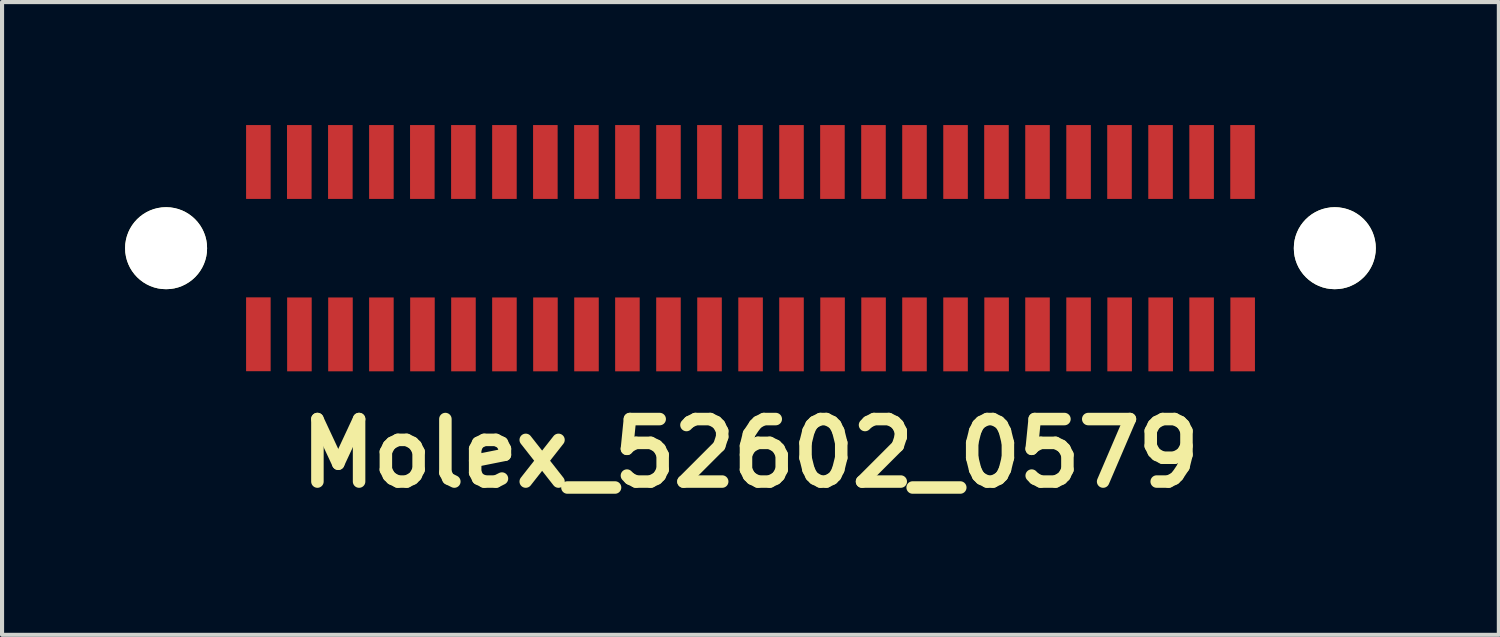
<source format=kicad_pcb>
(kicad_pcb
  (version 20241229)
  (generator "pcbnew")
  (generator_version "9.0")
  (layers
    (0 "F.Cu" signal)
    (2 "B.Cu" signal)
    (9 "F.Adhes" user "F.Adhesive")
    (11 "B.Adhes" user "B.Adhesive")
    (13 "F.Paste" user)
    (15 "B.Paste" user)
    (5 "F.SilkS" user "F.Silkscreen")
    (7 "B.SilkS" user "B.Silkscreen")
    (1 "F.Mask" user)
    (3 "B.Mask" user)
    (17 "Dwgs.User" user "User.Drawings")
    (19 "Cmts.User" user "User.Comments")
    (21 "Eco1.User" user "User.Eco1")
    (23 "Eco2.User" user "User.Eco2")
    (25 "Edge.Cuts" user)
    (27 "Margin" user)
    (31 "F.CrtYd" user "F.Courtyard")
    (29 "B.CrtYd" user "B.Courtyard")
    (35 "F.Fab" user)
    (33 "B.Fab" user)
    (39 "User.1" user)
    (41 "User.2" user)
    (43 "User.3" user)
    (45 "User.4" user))
  (footprint "Molex_52602_0579"
    (layer "F.Cu")
    (at 15.249 3.002)
    (property "Reference" "Molex_52602_0579" (at 0 5.001 0) (layer "F.SilkS") (effects (font (size 1.524 1.524) (thickness 0.305))))
    (attr through_hole)
    (pad "" np_thru_hole circle (at -14.249 0) (size 1.999 1.999) (drill 1.999) (layers "*.Cu" "*.Mask" "F.SilkS"))
    (pad "" np_thru_hole circle (at 14.249 0) (size 1.999 1.999) (drill 1.999) (layers "*.Cu" "*.Mask" "F.SilkS"))
    (pad "A1" smd rect (at -11.999 2.099) (size 0.599 1.801) (layers "F.Cu" "F.Mask" "F.Paste"))
    (pad "A2" smd rect (at -10.998 2.102) (size 0.599 1.801) (layers "F.Cu" "F.Mask" "F.Paste"))
    (pad "A3" smd rect (at -9.997 2.102) (size 0.599 1.801) (layers "F.Cu" "F.Mask" "F.Paste"))
    (pad "A4" smd rect (at -8.999 2.102) (size 0.599 1.801) (layers "F.Cu" "F.Mask" "F.Paste"))
    (pad "A5" smd rect (at -7.998 2.102) (size 0.599 1.801) (layers "F.Cu" "F.Mask" "F.Paste"))
    (pad "A6" smd rect (at -6.998 2.102) (size 0.599 1.801) (layers "F.Cu" "F.Mask" "F.Paste"))
    (pad "A7" smd rect (at -5.999 2.102) (size 0.599 1.801) (layers "F.Cu" "F.Mask" "F.Paste"))
    (pad "A8" smd rect (at -4.999 2.102) (size 0.599 1.801) (layers "F.Cu" "F.Mask" "F.Paste"))
    (pad "A9" smd rect (at -3.998 2.102) (size 0.599 1.801) (layers "F.Cu" "F.Mask" "F.Paste"))
    (pad "A10" smd rect (at -3 2.102) (size 0.599 1.801) (layers "F.Cu" "F.Mask" "F.Paste"))
    (pad "A11" smd rect (at -1.999 2.102) (size 0.599 1.801) (layers "F.Cu" "F.Mask" "F.Paste"))
    (pad "A12" smd rect (at -0.998 2.102) (size 0.599 1.801) (layers "F.Cu" "F.Mask" "F.Paste"))
    (pad "A13" smd rect (at 0.003 2.102) (size 0.599 1.801) (layers "F.Cu" "F.Mask" "F.Paste"))
    (pad "A14" smd rect (at 1.001 2.102) (size 0.599 1.801) (layers "F.Cu" "F.Mask" "F.Paste"))
    (pad "A15" smd rect (at 2.002 2.102) (size 0.599 1.801) (layers "F.Cu" "F.Mask" "F.Paste"))
    (pad "A16" smd rect (at 3.002 2.102) (size 0.599 1.801) (layers "F.Cu" "F.Mask" "F.Paste"))
    (pad "A17" smd rect (at 4 2.102) (size 0.599 1.801) (layers "F.Cu" "F.Mask" "F.Paste"))
    (pad "A18" smd rect (at 5.001 2.102) (size 0.599 1.801) (layers "F.Cu" "F.Mask" "F.Paste"))
    (pad "A19" smd rect (at 6.002 2.102) (size 0.599 1.801) (layers "F.Cu" "F.Mask" "F.Paste"))
    (pad "A20" smd rect (at 7 2.102) (size 0.599 1.801) (layers "F.Cu" "F.Mask" "F.Paste"))
    (pad "A21" smd rect (at 8.001 2.102) (size 0.599 1.801) (layers "F.Cu" "F.Mask" "F.Paste"))
    (pad "A22" smd rect (at 9.002 2.102) (size 0.599 1.801) (layers "F.Cu" "F.Mask" "F.Paste"))
    (pad "A23" smd rect (at 10.003 2.102) (size 0.599 1.801) (layers "F.Cu" "F.Mask" "F.Paste"))
    (pad "A24" smd rect (at 11.001 2.102) (size 0.599 1.801) (layers "F.Cu" "F.Mask" "F.Paste"))
    (pad "A25" smd rect (at 12.002 2.102) (size 0.599 1.801) (layers "F.Cu" "F.Mask" "F.Paste"))
    (pad "B1" smd rect (at -11.999 -2.102) (size 0.599 1.801) (layers "F.Cu" "F.Mask" "F.Paste"))
    (pad "B2" smd rect (at -11.001 -2.102) (size 0.599 1.801) (layers "F.Cu" "F.Mask" "F.Paste"))
    (pad "B3" smd rect (at -10 -2.102) (size 0.599 1.801) (layers "F.Cu" "F.Mask" "F.Paste"))
    (pad "B4" smd rect (at -8.999 -2.102) (size 0.599 1.801) (layers "F.Cu" "F.Mask" "F.Paste"))
    (pad "B5" smd rect (at -8.001 -2.102) (size 0.599 1.801) (layers "F.Cu" "F.Mask" "F.Paste"))
    (pad "B6" smd rect (at -7 -2.102) (size 0.599 1.801) (layers "F.Cu" "F.Mask" "F.Paste"))
    (pad "B7" smd rect (at -5.999 -2.102) (size 0.599 1.801) (layers "F.Cu" "F.Mask" "F.Paste"))
    (pad "B8" smd rect (at -5.001 -2.102) (size 0.599 1.801) (layers "F.Cu" "F.Mask" "F.Paste"))
    (pad "B9" smd rect (at -4 -2.102) (size 0.599 1.801) (layers "F.Cu" "F.Mask" "F.Paste"))
    (pad "B10" smd rect (at -3 -2.102) (size 0.599 1.801) (layers "F.Cu" "F.Mask" "F.Paste"))
    (pad "B11" smd rect (at -1.999 -2.102) (size 0.599 1.801) (layers "F.Cu" "F.Mask" "F.Paste"))
    (pad "B12" smd rect (at -1.001 -2.102) (size 0.599 1.801) (layers "F.Cu" "F.Mask" "F.Paste"))
    (pad "B13" smd rect (at 0 -2.102) (size 0.599 1.801) (layers "F.Cu" "F.Mask" "F.Paste"))
    (pad "B14" smd rect (at 1.001 -2.102) (size 0.599 1.801) (layers "F.Cu" "F.Mask" "F.Paste"))
    (pad "B15" smd rect (at 1.999 -2.102) (size 0.599 1.801) (layers "F.Cu" "F.Mask" "F.Paste"))
    (pad "B16" smd rect (at 3 -2.102) (size 0.599 1.801) (layers "F.Cu" "F.Mask" "F.Paste"))
    (pad "B17" smd rect (at 4 -2.102) (size 0.599 1.801) (layers "F.Cu" "F.Mask" "F.Paste"))
    (pad "B18" smd rect (at 5.001 -2.102) (size 0.599 1.801) (layers "F.Cu" "F.Mask" "F.Paste"))
    (pad "B19" smd rect (at 5.999 -2.102) (size 0.599 1.801) (layers "F.Cu" "F.Mask" "F.Paste"))
    (pad "B20" smd rect (at 7 -2.102) (size 0.599 1.801) (layers "F.Cu" "F.Mask" "F.Paste"))
    (pad "B21" smd rect (at 8.001 -2.102) (size 0.599 1.801) (layers "F.Cu" "F.Mask" "F.Paste"))
    (pad "B22" smd rect (at 8.999 -2.102) (size 0.599 1.801) (layers "F.Cu" "F.Mask" "F.Paste"))
    (pad "B23" smd rect (at 10 -2.102) (size 0.599 1.801) (layers "F.Cu" "F.Mask" "F.Paste"))
    (pad "B24" smd rect (at 11.001 -2.102) (size 0.599 1.801) (layers "F.Cu" "F.Mask" "F.Paste"))
    (pad "B25" smd rect (at 11.999 -2.102) (size 0.599 1.801) (layers "F.Cu" "F.Mask" "F.Paste")))
  (gr_rect
    (start -3 -3)
    (end 33.498 12.43)
    (stroke (width 0.1) (type default))
    (fill no)
    (layer "Edge.Cuts")))
</source>
